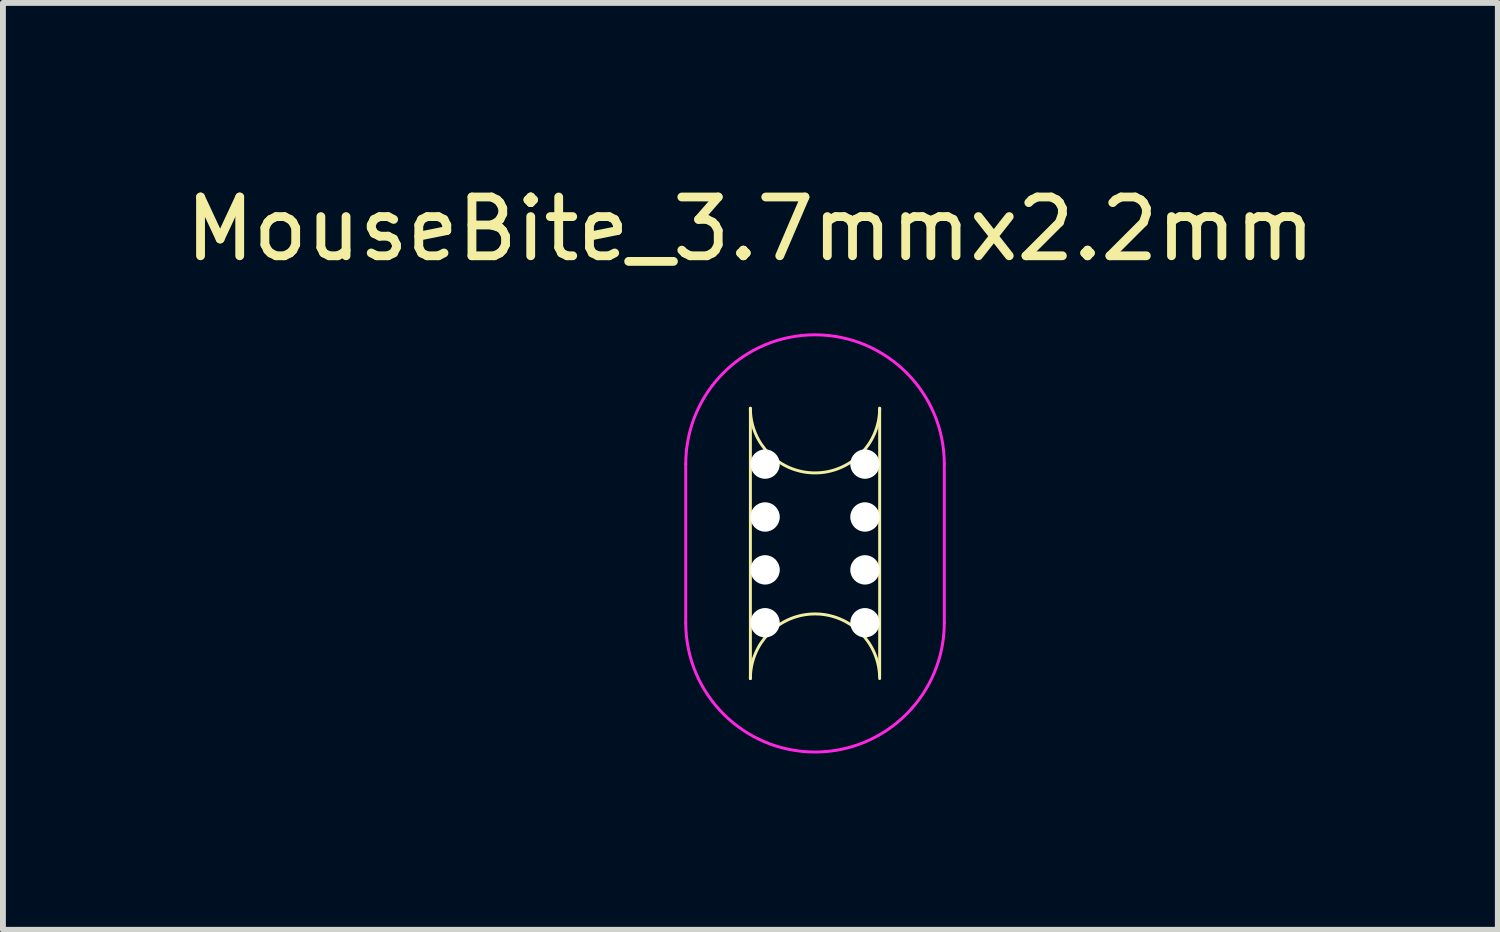
<source format=kicad_pcb>
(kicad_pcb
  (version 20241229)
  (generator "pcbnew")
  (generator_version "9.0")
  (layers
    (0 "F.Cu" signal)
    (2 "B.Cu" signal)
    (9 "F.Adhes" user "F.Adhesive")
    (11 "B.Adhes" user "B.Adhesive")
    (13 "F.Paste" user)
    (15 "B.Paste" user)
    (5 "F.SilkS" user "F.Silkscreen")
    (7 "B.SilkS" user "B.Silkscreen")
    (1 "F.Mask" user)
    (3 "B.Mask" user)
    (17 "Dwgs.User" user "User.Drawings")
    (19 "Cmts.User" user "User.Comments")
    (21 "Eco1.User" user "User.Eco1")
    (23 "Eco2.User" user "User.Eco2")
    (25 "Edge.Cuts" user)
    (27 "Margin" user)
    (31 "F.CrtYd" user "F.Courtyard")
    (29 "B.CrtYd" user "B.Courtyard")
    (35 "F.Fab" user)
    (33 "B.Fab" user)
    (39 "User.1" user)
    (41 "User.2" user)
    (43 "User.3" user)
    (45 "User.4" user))
  (footprint "MouseBite_3.7mmx2.2mm"
    (layer "F.Cu")
    (at 9.72 0.348)
    (property "Reference" "MouseBite_3.7mmx2.2mm" (at 0 0.5 0) (layer "F.SilkS") (effects (font (size 1 1) (thickness 0.15))))
    (attr through_hole)
    (fp_line (start 0 8.15) (end 0 3.55) (stroke (width 0.05) (type solid)) (layer "F.SilkS"))
    (fp_line (start 2.2 3.55) (end 2.2 8.1) (stroke (width 0.05) (type solid)) (layer "F.SilkS"))
    (fp_arc (start 0 8.15) (mid 1.1 7.05) (end 2.2 8.15) (stroke (width 0.05) (type solid)) (layer "F.SilkS"))
    (fp_arc (start 2.2 3.55) (mid 1.1 4.65) (end 0 3.55) (stroke (width 0.05) (type solid)) (layer "F.SilkS"))
    (fp_line (start -1.1 4.5) (end -1.1 7.2) (stroke (width 0.05) (type solid)) (layer "F.CrtYd"))
    (fp_line (start 3.3 4.5) (end 3.3 7.2) (stroke (width 0.05) (type solid)) (layer "F.CrtYd"))
    (fp_arc (start -1.1 4.5) (mid 1.1 2.3) (end 3.3 4.5) (stroke (width 0.05) (type solid)) (layer "F.CrtYd"))
    (fp_arc (start 3.3 7.2) (mid 1.1 9.4) (end -1.1 7.2) (stroke (width 0.05) (type solid)) (layer "F.CrtYd"))
    (pad "" np_thru_hole circle (at 0.25 4.5) (size 0.5 0.5) (drill 0.5) (layers "*.Cu" "*.Mask"))
    (pad "" np_thru_hole circle (at 0.25 5.4) (size 0.5 0.5) (drill 0.5) (layers "*.Cu" "*.Mask"))
    (pad "" np_thru_hole circle (at 0.25 6.3) (size 0.5 0.5) (drill 0.5) (layers "*.Cu" "*.Mask"))
    (pad "" np_thru_hole circle (at 0.25 7.2) (size 0.5 0.5) (drill 0.5) (layers "*.Cu" "*.Mask"))
    (pad "" np_thru_hole circle (at 1.95 4.5) (size 0.5 0.5) (drill 0.5) (layers "*.Cu" "*.Mask"))
    (pad "" np_thru_hole circle (at 1.95 5.4) (size 0.5 0.5) (drill 0.5) (layers "*.Cu" "*.Mask"))
    (pad "" np_thru_hole circle (at 1.95 6.3) (size 0.5 0.5) (drill 0.5) (layers "*.Cu" "*.Mask"))
    (pad "" np_thru_hole circle (at 1.95 7.2) (size 0.5 0.5) (drill 0.5) (layers "*.Cu" "*.Mask")))
  (gr_rect
    (start -3 -3)
    (end 22.44 12.773)
    (stroke (width 0.1) (type default))
    (fill no)
    (layer "Edge.Cuts")))
</source>
